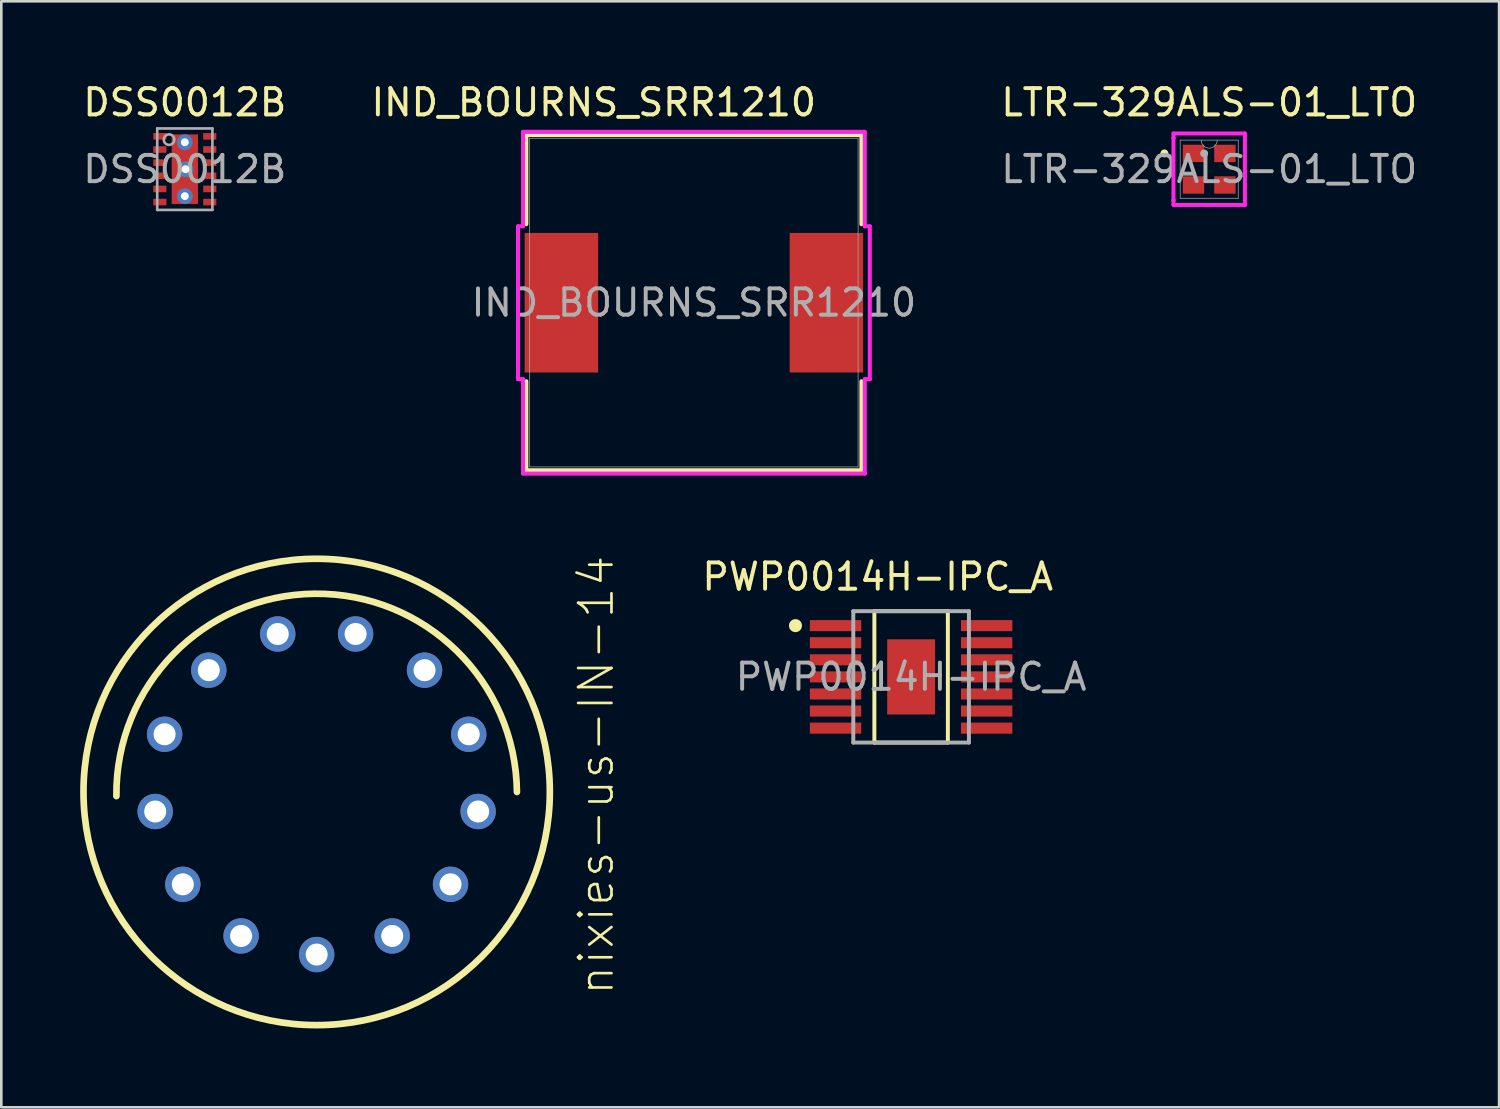
<source format=kicad_pcb>
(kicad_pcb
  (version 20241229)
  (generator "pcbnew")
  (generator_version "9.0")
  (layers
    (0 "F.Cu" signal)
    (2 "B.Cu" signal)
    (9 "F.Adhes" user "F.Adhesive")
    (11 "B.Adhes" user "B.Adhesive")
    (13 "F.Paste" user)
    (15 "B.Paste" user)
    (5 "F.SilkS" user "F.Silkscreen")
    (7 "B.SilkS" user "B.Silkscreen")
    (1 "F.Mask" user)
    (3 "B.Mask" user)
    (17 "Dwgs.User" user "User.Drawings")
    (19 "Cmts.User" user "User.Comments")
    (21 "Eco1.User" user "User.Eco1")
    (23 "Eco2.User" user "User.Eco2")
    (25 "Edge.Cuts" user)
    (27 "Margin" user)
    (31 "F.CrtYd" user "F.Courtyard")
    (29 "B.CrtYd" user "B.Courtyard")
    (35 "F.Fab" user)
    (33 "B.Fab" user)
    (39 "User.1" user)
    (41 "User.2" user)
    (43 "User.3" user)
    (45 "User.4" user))
  (footprint "PWP0014H-IPC_A"
    (layer "F.Cu")
    (at 31.617 22.705)
    (property "Reference" "PWP0014H-IPC_A" (at -1.27 -3.81 0) (unlocked yes) (layer "F.SilkS") (effects (font (size 1 1) (thickness 0.15))))
    (attr smd)
    (fp_line (start -1.398 -2.5) (end 1.398 -2.5) (stroke (width 0.15) (type solid)) (layer "F.SilkS"))
    (fp_line (start -1.398 2.5) (end -1.398 -2.5) (stroke (width 0.15) (type solid)) (layer "F.SilkS"))
    (fp_line (start -1.398 2.5) (end 1.398 2.5) (stroke (width 0.15) (type solid)) (layer "F.SilkS"))
    (fp_line (start 1.398 2.5) (end 1.398 -2.5) (stroke (width 0.15) (type solid)) (layer "F.SilkS"))
    (fp_circle (center -4.4 -1.95) (end -4.275 -1.95) (stroke (width 0.25) (type solid)) (fill no) (layer "F.SilkS"))
    (fp_poly (pts (xy -0.507 1.027) (xy 0.507 1.027) (xy 0.507 -1.027) (xy -0.507 -1.027)) (stroke (width 0) (type solid)) (fill yes) (layer "F.Paste"))
    (fp_line (start -2.2 -2.5) (end 2.2 -2.5) (stroke (width 0.15) (type solid)) (layer "F.Fab"))
    (fp_line (start -2.2 2.5) (end -2.2 -2.5) (stroke (width 0.15) (type solid)) (layer "F.Fab"))
    (fp_line (start -2.2 2.5) (end 2.2 2.5) (stroke (width 0.15) (type solid)) (layer "F.Fab"))
    (fp_line (start 2.2 2.5) (end 2.2 -2.5) (stroke (width 0.15) (type solid)) (layer "F.Fab"))
    (fp_text user "${REFERENCE}" (at 0 0 0) (unlocked yes) (layer "F.Fab") (effects (font (size 1 1) (thickness 0.15))))
    (pad "1" smd rect (at -2.875 -1.95) (size 1.955 0.421) (layers "F.Cu" "F.Mask" "F.Paste"))
    (pad "2" smd rect (at -2.875 -1.3) (size 1.955 0.421) (layers "F.Cu" "F.Mask" "F.Paste"))
    (pad "3" smd rect (at -2.875 -0.65) (size 1.955 0.421) (layers "F.Cu" "F.Mask" "F.Paste"))
    (pad "4" smd rect (at -2.875 0) (size 1.955 0.421) (layers "F.Cu" "F.Mask" "F.Paste"))
    (pad "5" smd rect (at -2.875 0.65) (size 1.955 0.421) (layers "F.Cu" "F.Mask" "F.Paste"))
    (pad "6" smd rect (at -2.875 1.3) (size 1.955 0.421) (layers "F.Cu" "F.Mask" "F.Paste"))
    (pad "7" smd rect (at -2.875 1.95) (size 1.955 0.421) (layers "F.Cu" "F.Mask" "F.Paste"))
    (pad "8" smd rect (at 2.875 1.95) (size 1.955 0.421) (layers "F.Cu" "F.Mask" "F.Paste"))
    (pad "9" smd rect (at 2.875 1.3) (size 1.955 0.421) (layers "F.Cu" "F.Mask" "F.Paste"))
    (pad "10" smd rect (at 2.875 0.65) (size 1.955 0.421) (layers "F.Cu" "F.Mask" "F.Paste"))
    (pad "11" smd rect (at 2.875 0) (size 1.955 0.421) (layers "F.Cu" "F.Mask" "F.Paste"))
    (pad "12" smd rect (at 2.875 -0.65) (size 1.955 0.421) (layers "F.Cu" "F.Mask" "F.Paste"))
    (pad "13" smd rect (at 2.875 -1.3) (size 1.955 0.421) (layers "F.Cu" "F.Mask" "F.Paste"))
    (pad "14" smd rect (at 2.875 -1.95) (size 1.955 0.421) (layers "F.Cu" "F.Mask" "F.Paste"))
    (pad "15" smd rect (at 0 0) (size 1.82 2.86) (layers "F.Cu" "F.Mask")))
  (footprint "IND_BOURNS_SRR1210"
    (layer "F.Cu")
    (at 23.352 8.468)
    (property "Reference" "IND_BOURNS_SRR1210" (at -3.81 -7.62 0) (unlocked yes) (layer "F.SilkS") (effects (font (size 1 1) (thickness 0.15))))
    (attr smd)
    (fp_line (start -6.375 -6.375) (end -6.375 -2.987) (stroke (width 0.152) (type solid)) (layer "F.SilkS"))
    (fp_line (start -6.375 2.987) (end -6.375 6.375) (stroke (width 0.152) (type solid)) (layer "F.SilkS"))
    (fp_line (start -6.375 6.375) (end 6.375 6.375) (stroke (width 0.152) (type solid)) (layer "F.SilkS"))
    (fp_line (start 6.375 -6.375) (end -6.375 -6.375) (stroke (width 0.152) (type solid)) (layer "F.SilkS"))
    (fp_line (start 6.375 -2.987) (end 6.375 -6.375) (stroke (width 0.152) (type solid)) (layer "F.SilkS"))
    (fp_line (start 6.375 6.375) (end 6.375 2.987) (stroke (width 0.152) (type solid)) (layer "F.SilkS"))
    (fp_line (start -6.693 -2.908) (end -6.502 -2.908) (stroke (width 0.152) (type solid)) (layer "F.CrtYd"))
    (fp_line (start -6.693 2.908) (end -6.693 -2.908) (stroke (width 0.152) (type solid)) (layer "F.CrtYd"))
    (fp_line (start -6.502 -6.502) (end 6.502 -6.502) (stroke (width 0.152) (type solid)) (layer "F.CrtYd"))
    (fp_line (start -6.502 -2.908) (end -6.502 -6.502) (stroke (width 0.152) (type solid)) (layer "F.CrtYd"))
    (fp_line (start -6.502 2.908) (end -6.693 2.908) (stroke (width 0.152) (type solid)) (layer "F.CrtYd"))
    (fp_line (start -6.502 6.502) (end -6.502 2.908) (stroke (width 0.152) (type solid)) (layer "F.CrtYd"))
    (fp_line (start 6.502 -6.502) (end 6.502 -2.908) (stroke (width 0.152) (type solid)) (layer "F.CrtYd"))
    (fp_line (start 6.502 -2.908) (end 6.693 -2.908) (stroke (width 0.152) (type solid)) (layer "F.CrtYd"))
    (fp_line (start 6.502 2.908) (end 6.502 6.502) (stroke (width 0.152) (type solid)) (layer "F.CrtYd"))
    (fp_line (start 6.502 6.502) (end -6.502 6.502) (stroke (width 0.152) (type solid)) (layer "F.CrtYd"))
    (fp_line (start 6.693 -2.908) (end 6.693 2.908) (stroke (width 0.152) (type solid)) (layer "F.CrtYd"))
    (fp_line (start 6.693 2.908) (end 6.502 2.908) (stroke (width 0.152) (type solid)) (layer "F.CrtYd"))
    (fp_line (start -6.248 -6.248) (end -6.248 6.248) (stroke (width 0.025) (type solid)) (layer "F.Fab"))
    (fp_line (start -6.248 6.248) (end 6.248 6.248) (stroke (width 0.025) (type solid)) (layer "F.Fab"))
    (fp_line (start 6.248 -6.248) (end -6.248 -6.248) (stroke (width 0.025) (type solid)) (layer "F.Fab"))
    (fp_line (start 6.248 6.248) (end 6.248 -6.248) (stroke (width 0.025) (type solid)) (layer "F.Fab"))
    (fp_circle (center -6.172 0) (end -6.172 0) (stroke (width 0.025) (type solid)) (fill no) (layer "F.Fab"))
    (fp_text user "${REFERENCE}" (at 0 0 0) (unlocked yes) (layer "F.Fab") (effects (font (size 1 1) (thickness 0.15))))
    (pad "1" smd rect (at -5.042 0) (size 2.794 5.309) (layers "F.Cu" "F.Mask" "F.Paste"))
    (pad "2" smd rect (at 5.042 0) (size 2.794 5.309) (layers "F.Cu" "F.Mask" "F.Paste"))
    (zone (net_name "") (layer "F.Cu") (hatch full 0.508) (connect_pads) (min_thickness 0.254) (filled_areas_thickness no) (keepout (tracks not_allowed) (vias not_allowed) (pads allowed) (copperpour not_allowed) (footprints allowed)) (placement (enabled no)) (fill) (polygon (pts (xy 19.758 2.271) (xy 26.946 2.271) (xy 26.946 14.666) (xy 19.758 14.666)))))
  (footprint "DSS0012B"
    (layer "F.Cu")
    (at 3.982 3.388)
    (property "Reference" "DSS0012B" (at 0 -2.54 0) (unlocked yes) (layer "F.SilkS") (effects (font (size 1 1) (thickness 0.15))))
    (attr smd)
    (fp_poly (pts (xy -0.475 -0.25) (xy -0.477 -0.735) (xy -0.42 -0.809) (xy 0.43 -0.809) (xy 0.479 -0.744) (xy 0.475 -0.25) (xy 0.425 -0.2) (xy -0.425 -0.2)) (stroke (width 0) (type solid)) (fill yes) (layer "F.Paste"))
    (fp_poly (pts (xy -0.475 0.25) (xy -0.478 0.714) (xy -0.429 0.792) (xy 0.421 0.792) (xy 0.47 0.71) (xy 0.475 0.25) (xy 0.425 0.2) (xy -0.425 0.2)) (stroke (width 0) (type solid)) (fill yes) (layer "F.Paste"))
    (fp_line (start -1.05 -1.55) (end 1.05 -1.55) (stroke (width 0.1) (type solid)) (layer "F.Fab"))
    (fp_line (start -1.05 1.55) (end -1.05 -1.55) (stroke (width 0.1) (type solid)) (layer "F.Fab"))
    (fp_line (start -1.05 1.55) (end 1.05 1.55) (stroke (width 0.1) (type solid)) (layer "F.Fab"))
    (fp_line (start 1.05 1.55) (end 1.05 -1.55) (stroke (width 0.1) (type solid)) (layer "F.Fab"))
    (fp_circle (center -0.6 -1.125) (end -0.4 -1.125) (stroke (width 0.1) (type solid)) (fill no) (layer "F.Fab"))
    (fp_text user "${REFERENCE}" (at 0 0 0) (unlocked yes) (layer "F.Fab") (effects (font (size 1 1) (thickness 0.15))))
    (pad "1" smd rect (at -0.95 -1.25 90) (size 0.25 0.5) (layers "F.Cu" "F.Mask" "F.Paste"))
    (pad "2" smd rect (at -0.95 -0.75 90) (size 0.25 0.5) (layers "F.Cu" "F.Mask" "F.Paste"))
    (pad "3" smd rect (at -0.95 -0.25 90) (size 0.25 0.5) (layers "F.Cu" "F.Mask" "F.Paste"))
    (pad "4" smd rect (at -0.95 0.25 90) (size 0.25 0.5) (layers "F.Cu" "F.Mask" "F.Paste"))
    (pad "5" smd rect (at -0.95 0.75 90) (size 0.25 0.5) (layers "F.Cu" "F.Mask" "F.Paste"))
    (pad "6" smd rect (at -0.95 1.25 90) (size 0.25 0.5) (layers "F.Cu" "F.Mask" "F.Paste"))
    (pad "7" smd rect (at 0.95 1.25 90) (size 0.25 0.5) (layers "F.Cu" "F.Mask" "F.Paste"))
    (pad "8" smd rect (at 0.95 0.75 90) (size 0.25 0.5) (layers "F.Cu" "F.Mask" "F.Paste"))
    (pad "9" smd rect (at 0.95 0.25 90) (size 0.25 0.5) (layers "F.Cu" "F.Mask" "F.Paste"))
    (pad "10" smd rect (at 0.95 -0.25 90) (size 0.25 0.5) (layers "F.Cu" "F.Mask" "F.Paste"))
    (pad "11" smd rect (at 0.95 -0.75 90) (size 0.25 0.5) (layers "F.Cu" "F.Mask" "F.Paste"))
    (pad "12" smd rect (at 0.95 -1.25 90) (size 0.25 0.5) (layers "F.Cu" "F.Mask" "F.Paste"))
    (pad "13" thru_hole circle (at 0 -1.025) (size 0.6 0.6) (drill 0.3) (layers "*.Cu" "*.Mask"))
    (pad "13" thru_hole circle (at 0 1.025) (size 0.6 0.6) (drill 0.3) (layers "*.Cu" "*.Mask"))
    (pad "13" smd rect (at 0.000003 0) (size 1 2.65) (layers "F.Cu" "F.Mask"))
    (pad "13" thru_hole circle (at 0.025 0) (size 0.6 0.6) (drill 0.3) (layers "*.Cu" "*.Mask")))
  (footprint "nixies-us-IN-14"
    (layer "F.Cu")
    (at 8.999 27.083)
    (property "Reference" "nixies-us-IN-14" (at 10.635 -0.635 90) (layer "F.SilkS") (effects (font (size 1.27 1.27) (thickness 0.102))))
    (attr exclude_from_pos_files exclude_from_bom)
    (fp_arc (start -7.62 0.15748) (mid -0.07874 -7.54126) (end 7.62 0) (stroke (width 0.254) (type solid)) (layer "F.SilkS"))
    (fp_circle (center 0 0) (end 0 -8.872) (stroke (width 0.254) (type solid)) (fill no) (layer "F.SilkS"))
    (pad "0" thru_hole circle (at -5.093 3.515) (size 1.346 1.346) (drill 0.838) (layers "*.Cu" "*.Mask"))
    (pad "1" thru_hole circle (at 5.093 3.515) (size 1.346 1.346) (drill 0.838) (layers "*.Cu" "*.Mask"))
    (pad "2" thru_hole circle (at 6.144 0.744) (size 1.346 1.346) (drill 0.838) (layers "*.Cu" "*.Mask"))
    (pad "3" thru_hole circle (at 5.786 -2.195) (size 1.346 1.346) (drill 0.838) (layers "*.Cu" "*.Mask"))
    (pad "4" thru_hole circle (at 4.105 -4.633) (size 1.346 1.346) (drill 0.838) (layers "*.Cu" "*.Mask"))
    (pad "5" thru_hole circle (at 1.481 -6.01) (size 1.346 1.346) (drill 0.838) (layers "*.Cu" "*.Mask"))
    (pad "6" thru_hole circle (at -1.481 -6.01) (size 1.346 1.346) (drill 0.838) (layers "*.Cu" "*.Mask"))
    (pad "7" thru_hole circle (at -4.105 -4.633) (size 1.346 1.346) (drill 0.838) (layers "*.Cu" "*.Mask"))
    (pad "8" thru_hole circle (at -5.786 -2.195) (size 1.346 1.346) (drill 0.838) (layers "*.Cu" "*.Mask"))
    (pad "9" thru_hole circle (at -6.144 0.744) (size 1.346 1.346) (drill 0.838) (layers "*.Cu" "*.Mask"))
    (pad "A" thru_hole circle (at 0 6.187) (size 1.346 1.346) (drill 0.838) (layers "*.Cu" "*.Mask"))
    (pad "LHDP" thru_hole circle (at 2.875 5.479) (size 1.346 1.346) (drill 0.838) (layers "*.Cu" "*.Mask"))
    (pad "RHDP" thru_hole circle (at -2.875 5.479) (size 1.346 1.346) (drill 0.838) (layers "*.Cu" "*.Mask")))
  (footprint "LTR-329ALS-01_LTO"
    (layer "F.Cu")
    (at 42.959 3.388)
    (property "Reference" "LTR-329ALS-01_LTO" (at 0 -2.54 0) (unlocked yes) (layer "F.SilkS") (effects (font (size 1 1) (thickness 0.15))))
    (attr smd)
    (fp_circle (center -1.705 -0.6) (end -1.629 -0.6) (stroke (width 0.152) (type solid)) (fill no) (layer "F.SilkS"))
    (fp_line (start -1.359 -1.359) (end 1.359 -1.359) (stroke (width 0.152) (type solid)) (layer "F.CrtYd"))
    (fp_line (start -1.359 -1.184) (end -1.359 -1.359) (stroke (width 0.152) (type solid)) (layer "F.CrtYd"))
    (fp_line (start -1.359 -1.184) (end -1.359 -1.184) (stroke (width 0.152) (type solid)) (layer "F.CrtYd"))
    (fp_line (start -1.359 1.184) (end -1.359 -1.184) (stroke (width 0.152) (type solid)) (layer "F.CrtYd"))
    (fp_line (start -1.359 1.184) (end -1.359 1.184) (stroke (width 0.152) (type solid)) (layer "F.CrtYd"))
    (fp_line (start -1.359 1.359) (end -1.359 1.184) (stroke (width 0.152) (type solid)) (layer "F.CrtYd"))
    (fp_line (start 1.359 -1.359) (end 1.359 -1.184) (stroke (width 0.152) (type solid)) (layer "F.CrtYd"))
    (fp_line (start 1.359 -1.184) (end 1.359 -1.184) (stroke (width 0.152) (type solid)) (layer "F.CrtYd"))
    (fp_line (start 1.359 -1.184) (end 1.359 1.184) (stroke (width 0.152) (type solid)) (layer "F.CrtYd"))
    (fp_line (start 1.359 1.184) (end 1.359 1.184) (stroke (width 0.152) (type solid)) (layer "F.CrtYd"))
    (fp_line (start 1.359 1.184) (end 1.359 1.359) (stroke (width 0.152) (type solid)) (layer "F.CrtYd"))
    (fp_line (start 1.359 1.359) (end -1.359 1.359) (stroke (width 0.152) (type solid)) (layer "F.CrtYd"))
    (fp_line (start -1.105 -1.105) (end -1.105 1.105) (stroke (width 0.025) (type solid)) (layer "F.Fab"))
    (fp_line (start -1.105 1.105) (end 1.105 1.105) (stroke (width 0.025) (type solid)) (layer "F.Fab"))
    (fp_line (start 1.105 -1.105) (end -1.105 -1.105) (stroke (width 0.025) (type solid)) (layer "F.Fab"))
    (fp_line (start 1.105 1.105) (end 1.105 -1.105) (stroke (width 0.025) (type solid)) (layer "F.Fab"))
    (fp_arc (start 0.3048 -1.1049) (mid 0 -0.8001) (end -0.3048 -1.1049) (stroke (width 0.0254) (type solid)) (layer "F.Fab"))
    (fp_circle (center -0.191 -0.6) (end -0.191 -0.6) (stroke (width 0.152) (type solid)) (fill no) (layer "F.Fab"))
    (fp_text user "${REFERENCE}" (at 0 0 0) (unlocked yes) (layer "F.Fab") (effects (font (size 1 1) (thickness 0.15))))
    (pad "1" smd rect (at -0.597 -0.6) (size 0.813 0.66) (layers "F.Cu" "F.Mask" "F.Paste"))
    (pad "2" smd rect (at -0.597 0.6) (size 0.813 0.66) (layers "F.Cu" "F.Mask" "F.Paste"))
    (pad "3" smd rect (at 0.597 0.6) (size 0.813 0.66) (layers "F.Cu" "F.Mask" "F.Paste"))
    (pad "4" smd rect (at 0.597 -0.6) (size 0.813 0.66) (layers "F.Cu" "F.Mask" "F.Paste")))
  (gr_rect
    (start -3 -3)
    (end 53.989 39.082)
    (stroke (width 0.1) (type default))
    (fill no)
    (layer "Edge.Cuts")))
</source>
